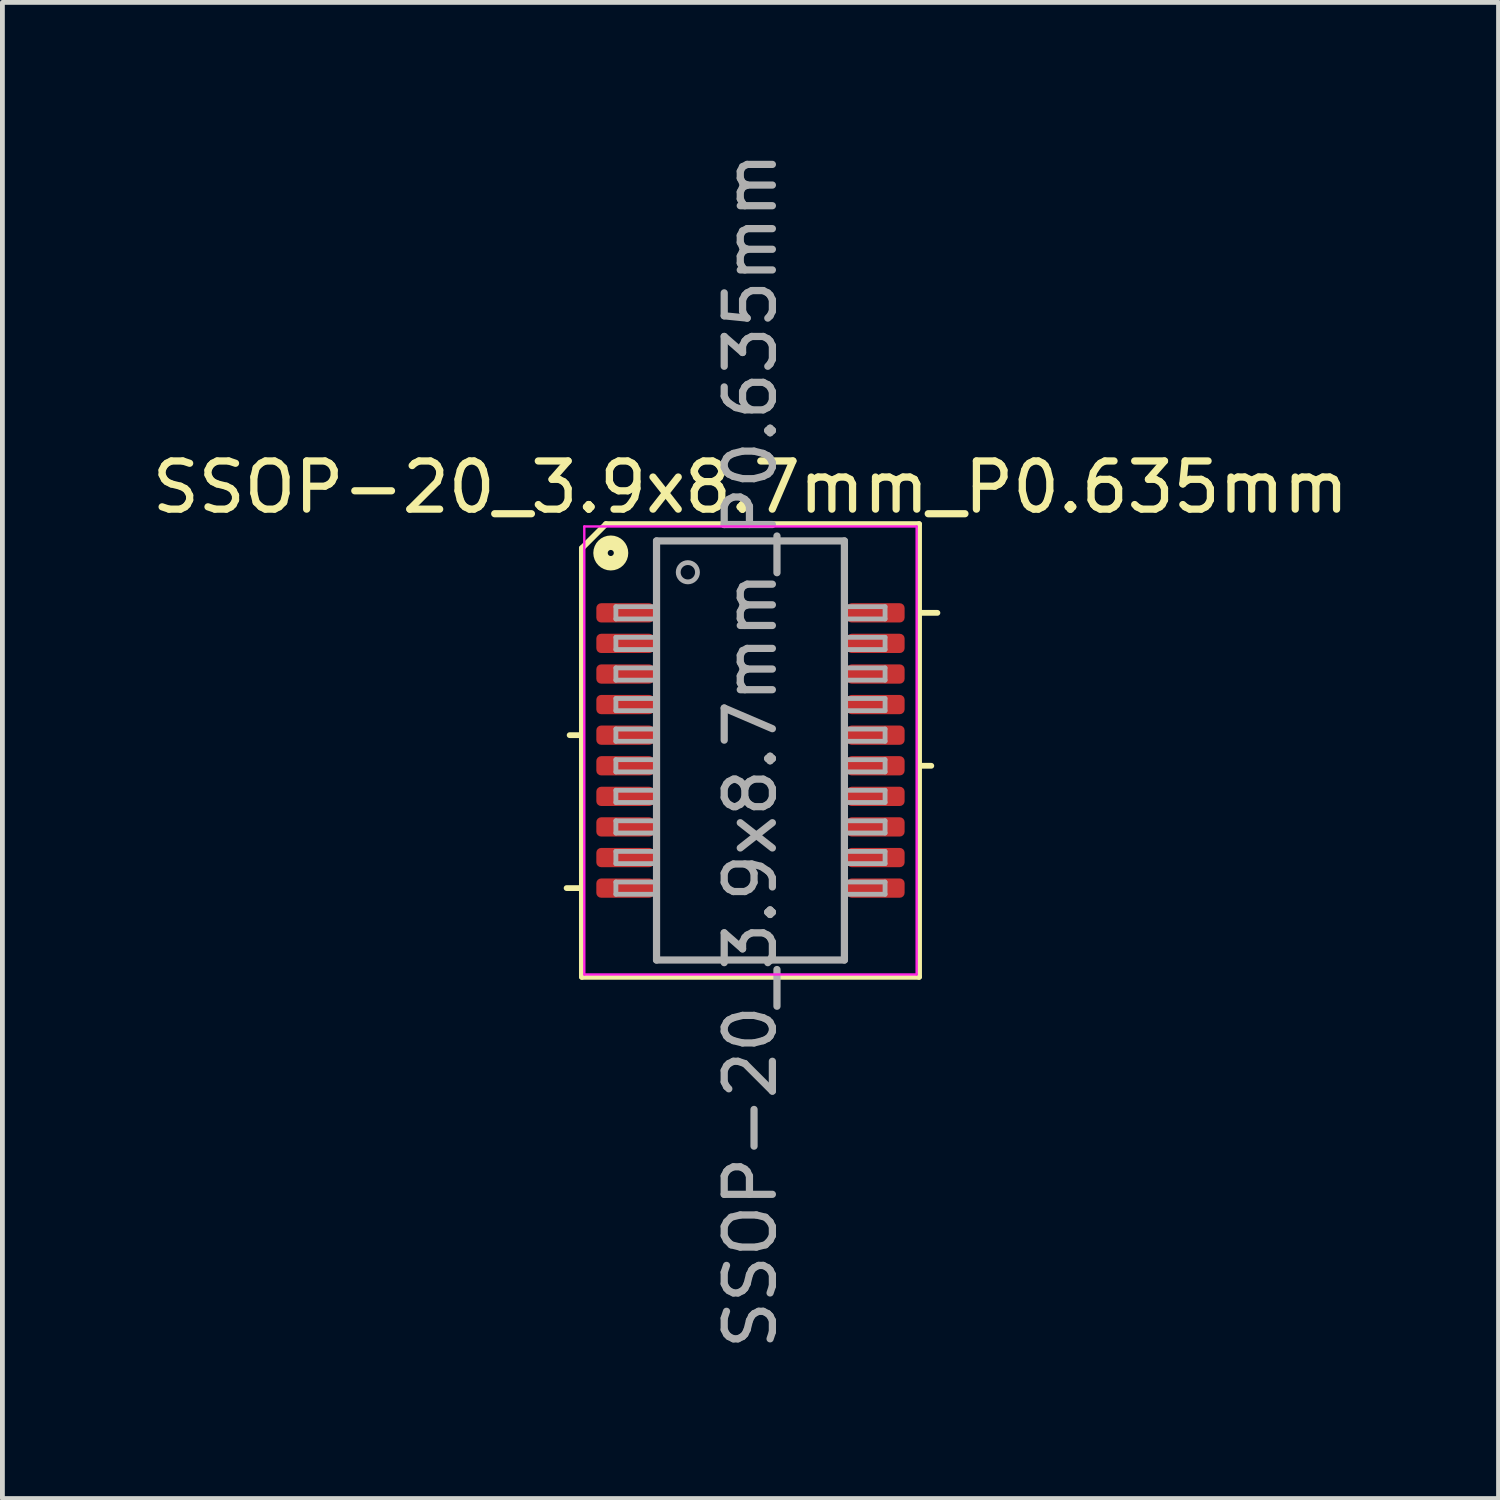
<source format=kicad_pcb>
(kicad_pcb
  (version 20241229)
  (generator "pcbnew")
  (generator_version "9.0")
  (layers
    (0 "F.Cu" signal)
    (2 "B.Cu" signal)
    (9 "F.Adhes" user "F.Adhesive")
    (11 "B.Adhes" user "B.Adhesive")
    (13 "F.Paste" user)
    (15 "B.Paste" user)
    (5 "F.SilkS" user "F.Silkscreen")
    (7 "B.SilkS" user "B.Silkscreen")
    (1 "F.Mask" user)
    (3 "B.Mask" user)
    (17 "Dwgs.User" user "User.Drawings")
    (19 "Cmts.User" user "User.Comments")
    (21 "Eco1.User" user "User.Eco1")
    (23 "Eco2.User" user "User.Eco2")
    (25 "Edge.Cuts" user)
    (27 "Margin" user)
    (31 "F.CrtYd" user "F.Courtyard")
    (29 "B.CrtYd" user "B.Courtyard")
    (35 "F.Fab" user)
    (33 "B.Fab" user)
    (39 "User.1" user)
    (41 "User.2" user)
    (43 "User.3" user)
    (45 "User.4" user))
  (footprint "SSOP-20_3.9x8.7mm_P0.635mm"
    (layer "F.Cu")
    (at 12.53 12.53)
    (property "Reference" "SSOP-20_3.9x8.7mm_P0.635mm" (at 0 -5.465 0) (layer "F.SilkS") (effects (font (size 1 1) (thickness 0.15))))
    (attr smd)
    (fp_line (start -3.5 -4.2) (end -3.5 4.7) (stroke (width 0.12) (type solid)) (layer "F.SilkS"))
    (fp_line (start -3.5 -4.2) (end -3 -4.7) (stroke (width 0.12) (type solid)) (layer "F.SilkS"))
    (fp_line (start -3.5 -0.318) (end -3.754 -0.318) (stroke (width 0.12) (type solid)) (layer "F.SilkS"))
    (fp_line (start -3.5 2.857) (end -3.817 2.857) (stroke (width 0.12) (type solid)) (layer "F.SilkS"))
    (fp_line (start -3.5 4.7) (end 3.5 4.7) (stroke (width 0.12) (type solid)) (layer "F.SilkS"))
    (fp_line (start 3.5 -4.7) (end -3 -4.7) (stroke (width 0.12) (type solid)) (layer "F.SilkS"))
    (fp_line (start 3.5 -2.857) (end 3.881 -2.857) (stroke (width 0.12) (type solid)) (layer "F.SilkS"))
    (fp_line (start 3.5 0.318) (end 3.754 0.318) (stroke (width 0.12) (type solid)) (layer "F.SilkS"))
    (fp_line (start 3.5 4.7) (end 3.5 -4.7) (stroke (width 0.12) (type solid)) (layer "F.SilkS"))
    (fp_circle (center -2.9 -4.1) (end -2.837 -4.1) (stroke (width 0.3) (type solid)) (fill no) (layer "F.SilkS"))
    (fp_line (start -3.45 -4.65) (end -3.45 4.65) (stroke (width 0.05) (type solid)) (layer "F.CrtYd"))
    (fp_line (start -3.45 -4.65) (end 3.45 -4.65) (stroke (width 0.05) (type solid)) (layer "F.CrtYd"))
    (fp_line (start -3.45 4.65) (end 3.45 4.65) (stroke (width 0.05) (type solid)) (layer "F.CrtYd"))
    (fp_line (start 3.45 -4.65) (end 3.45 4.65) (stroke (width 0.05) (type solid)) (layer "F.CrtYd"))
    (fp_line (start -2.794 -2.985) (end -2.794 -2.731) (stroke (width 0.1) (type solid)) (layer "F.Fab"))
    (fp_line (start -2.794 -2.985) (end -1.968 -2.985) (stroke (width 0.1) (type solid)) (layer "F.Fab"))
    (fp_line (start -2.794 -2.731) (end -1.968 -2.731) (stroke (width 0.1) (type solid)) (layer "F.Fab"))
    (fp_line (start -2.794 -2.349) (end -2.794 -2.095) (stroke (width 0.1) (type solid)) (layer "F.Fab"))
    (fp_line (start -2.794 -2.349) (end -1.968 -2.349) (stroke (width 0.1) (type solid)) (layer "F.Fab"))
    (fp_line (start -2.794 -2.095) (end -1.968 -2.095) (stroke (width 0.1) (type solid)) (layer "F.Fab"))
    (fp_line (start -2.794 -1.714) (end -2.794 -1.46) (stroke (width 0.1) (type solid)) (layer "F.Fab"))
    (fp_line (start -2.794 -1.714) (end -1.968 -1.714) (stroke (width 0.1) (type solid)) (layer "F.Fab"))
    (fp_line (start -2.794 -1.46) (end -1.968 -1.46) (stroke (width 0.1) (type solid)) (layer "F.Fab"))
    (fp_line (start -2.794 -1.079) (end -2.794 -0.826) (stroke (width 0.1) (type solid)) (layer "F.Fab"))
    (fp_line (start -2.794 -1.079) (end -1.968 -1.079) (stroke (width 0.1) (type solid)) (layer "F.Fab"))
    (fp_line (start -2.794 -0.826) (end -1.968 -0.826) (stroke (width 0.1) (type solid)) (layer "F.Fab"))
    (fp_line (start -2.794 -0.445) (end -2.794 -0.191) (stroke (width 0.1) (type solid)) (layer "F.Fab"))
    (fp_line (start -2.794 -0.445) (end -1.968 -0.445) (stroke (width 0.1) (type solid)) (layer "F.Fab"))
    (fp_line (start -2.794 -0.191) (end -1.968 -0.191) (stroke (width 0.1) (type solid)) (layer "F.Fab"))
    (fp_line (start -2.794 0.191) (end -2.794 0.445) (stroke (width 0.1) (type solid)) (layer "F.Fab"))
    (fp_line (start -2.794 0.191) (end -1.968 0.191) (stroke (width 0.1) (type solid)) (layer "F.Fab"))
    (fp_line (start -2.794 0.445) (end -1.968 0.445) (stroke (width 0.1) (type solid)) (layer "F.Fab"))
    (fp_line (start -2.794 0.826) (end -2.794 1.079) (stroke (width 0.1) (type solid)) (layer "F.Fab"))
    (fp_line (start -2.794 0.826) (end -1.968 0.826) (stroke (width 0.1) (type solid)) (layer "F.Fab"))
    (fp_line (start -2.794 1.079) (end -1.968 1.079) (stroke (width 0.1) (type solid)) (layer "F.Fab"))
    (fp_line (start -2.794 1.46) (end -2.794 1.714) (stroke (width 0.1) (type solid)) (layer "F.Fab"))
    (fp_line (start -2.794 1.46) (end -1.968 1.46) (stroke (width 0.1) (type solid)) (layer "F.Fab"))
    (fp_line (start -2.794 1.714) (end -1.968 1.714) (stroke (width 0.1) (type solid)) (layer "F.Fab"))
    (fp_line (start -2.794 2.095) (end -2.794 2.349) (stroke (width 0.1) (type solid)) (layer "F.Fab"))
    (fp_line (start -2.794 2.095) (end -1.968 2.095) (stroke (width 0.1) (type solid)) (layer "F.Fab"))
    (fp_line (start -2.794 2.349) (end -1.968 2.349) (stroke (width 0.1) (type solid)) (layer "F.Fab"))
    (fp_line (start -2.794 2.731) (end -2.794 2.985) (stroke (width 0.1) (type solid)) (layer "F.Fab"))
    (fp_line (start -2.794 2.731) (end -1.968 2.731) (stroke (width 0.1) (type solid)) (layer "F.Fab"))
    (fp_line (start -2.794 2.985) (end -1.968 2.985) (stroke (width 0.1) (type solid)) (layer "F.Fab"))
    (fp_line (start -1.95 -4.35) (end 1.95 -4.35) (stroke (width 0.15) (type solid)) (layer "F.Fab"))
    (fp_line (start -1.95 4.35) (end -1.95 -4.35) (stroke (width 0.15) (type solid)) (layer "F.Fab"))
    (fp_line (start 1.95 -4.35) (end 1.95 4.35) (stroke (width 0.15) (type solid)) (layer "F.Fab"))
    (fp_line (start 1.95 4.35) (end -1.95 4.35) (stroke (width 0.15) (type solid)) (layer "F.Fab"))
    (fp_line (start 2.794 -2.985) (end 1.968 -2.985) (stroke (width 0.1) (type solid)) (layer "F.Fab"))
    (fp_line (start 2.794 -2.731) (end 1.968 -2.731) (stroke (width 0.1) (type solid)) (layer "F.Fab"))
    (fp_line (start 2.794 -2.731) (end 2.794 -2.985) (stroke (width 0.1) (type solid)) (layer "F.Fab"))
    (fp_line (start 2.794 -2.349) (end 1.968 -2.349) (stroke (width 0.1) (type solid)) (layer "F.Fab"))
    (fp_line (start 2.794 -2.095) (end 1.968 -2.095) (stroke (width 0.1) (type solid)) (layer "F.Fab"))
    (fp_line (start 2.794 -2.095) (end 2.794 -2.349) (stroke (width 0.1) (type solid)) (layer "F.Fab"))
    (fp_line (start 2.794 -1.714) (end 1.968 -1.714) (stroke (width 0.1) (type solid)) (layer "F.Fab"))
    (fp_line (start 2.794 -1.46) (end 1.968 -1.46) (stroke (width 0.1) (type solid)) (layer "F.Fab"))
    (fp_line (start 2.794 -1.46) (end 2.794 -1.714) (stroke (width 0.1) (type solid)) (layer "F.Fab"))
    (fp_line (start 2.794 -1.079) (end 1.968 -1.079) (stroke (width 0.1) (type solid)) (layer "F.Fab"))
    (fp_line (start 2.794 -0.826) (end 1.968 -0.826) (stroke (width 0.1) (type solid)) (layer "F.Fab"))
    (fp_line (start 2.794 -0.826) (end 2.794 -1.079) (stroke (width 0.1) (type solid)) (layer "F.Fab"))
    (fp_line (start 2.794 -0.445) (end 1.968 -0.445) (stroke (width 0.1) (type solid)) (layer "F.Fab"))
    (fp_line (start 2.794 -0.191) (end 1.968 -0.191) (stroke (width 0.1) (type solid)) (layer "F.Fab"))
    (fp_line (start 2.794 -0.191) (end 2.794 -0.445) (stroke (width 0.1) (type solid)) (layer "F.Fab"))
    (fp_line (start 2.794 0.191) (end 1.968 0.191) (stroke (width 0.1) (type solid)) (layer "F.Fab"))
    (fp_line (start 2.794 0.445) (end 1.968 0.445) (stroke (width 0.1) (type solid)) (layer "F.Fab"))
    (fp_line (start 2.794 0.445) (end 2.794 0.191) (stroke (width 0.1) (type solid)) (layer "F.Fab"))
    (fp_line (start 2.794 0.826) (end 1.968 0.826) (stroke (width 0.1) (type solid)) (layer "F.Fab"))
    (fp_line (start 2.794 1.079) (end 1.968 1.079) (stroke (width 0.1) (type solid)) (layer "F.Fab"))
    (fp_line (start 2.794 1.079) (end 2.794 0.826) (stroke (width 0.1) (type solid)) (layer "F.Fab"))
    (fp_line (start 2.794 1.46) (end 1.968 1.46) (stroke (width 0.1) (type solid)) (layer "F.Fab"))
    (fp_line (start 2.794 1.714) (end 1.968 1.714) (stroke (width 0.1) (type solid)) (layer "F.Fab"))
    (fp_line (start 2.794 1.714) (end 2.794 1.46) (stroke (width 0.1) (type solid)) (layer "F.Fab"))
    (fp_line (start 2.794 2.095) (end 1.968 2.095) (stroke (width 0.1) (type solid)) (layer "F.Fab"))
    (fp_line (start 2.794 2.349) (end 1.968 2.349) (stroke (width 0.1) (type solid)) (layer "F.Fab"))
    (fp_line (start 2.794 2.349) (end 2.794 2.095) (stroke (width 0.1) (type solid)) (layer "F.Fab"))
    (fp_line (start 2.794 2.731) (end 1.968 2.731) (stroke (width 0.1) (type solid)) (layer "F.Fab"))
    (fp_line (start 2.794 2.985) (end 1.968 2.985) (stroke (width 0.1) (type solid)) (layer "F.Fab"))
    (fp_line (start 2.794 2.985) (end 2.794 2.731) (stroke (width 0.1) (type solid)) (layer "F.Fab"))
    (fp_circle (center -1.3 -3.7) (end -1.1 -3.7) (stroke (width 0.1) (type solid)) (fill no) (layer "F.Fab"))
    (fp_text user "${REFERENCE}" (at 0 0 90) (layer "F.Fab") (effects (font (size 1 1) (thickness 0.15))))
    (pad "1" smd roundrect (at -2.6 -2.857) (size 1.2 0.4) (layers "F.Cu" "F.Mask" "F.Paste") (roundrect_rratio 0.25))
    (pad "2" smd roundrect (at -2.6 -2.223) (size 1.2 0.4) (layers "F.Cu" "F.Mask" "F.Paste") (roundrect_rratio 0.25))
    (pad "3" smd roundrect (at -2.6 -1.587) (size 1.2 0.4) (layers "F.Cu" "F.Mask" "F.Paste") (roundrect_rratio 0.25))
    (pad "4" smd roundrect (at -2.6 -0.953) (size 1.2 0.4) (layers "F.Cu" "F.Mask" "F.Paste") (roundrect_rratio 0.25))
    (pad "5" smd roundrect (at -2.6 -0.318) (size 1.2 0.4) (layers "F.Cu" "F.Mask" "F.Paste") (roundrect_rratio 0.25))
    (pad "6" smd roundrect (at -2.6 0.318) (size 1.2 0.4) (layers "F.Cu" "F.Mask" "F.Paste") (roundrect_rratio 0.25))
    (pad "7" smd roundrect (at -2.6 0.953) (size 1.2 0.4) (layers "F.Cu" "F.Mask" "F.Paste") (roundrect_rratio 0.25))
    (pad "8" smd roundrect (at -2.6 1.587) (size 1.2 0.4) (layers "F.Cu" "F.Mask" "F.Paste") (roundrect_rratio 0.25))
    (pad "9" smd roundrect (at -2.6 2.223) (size 1.2 0.4) (layers "F.Cu" "F.Mask" "F.Paste") (roundrect_rratio 0.25))
    (pad "10" smd roundrect (at -2.6 2.857) (size 1.2 0.4) (layers "F.Cu" "F.Mask" "F.Paste") (roundrect_rratio 0.25))
    (pad "11" smd roundrect (at 2.6 2.857) (size 1.2 0.4) (layers "F.Cu" "F.Mask" "F.Paste") (roundrect_rratio 0.25))
    (pad "12" smd roundrect (at 2.6 2.223) (size 1.2 0.4) (layers "F.Cu" "F.Mask" "F.Paste") (roundrect_rratio 0.25))
    (pad "13" smd roundrect (at 2.6 1.587) (size 1.2 0.4) (layers "F.Cu" "F.Mask" "F.Paste") (roundrect_rratio 0.25))
    (pad "14" smd roundrect (at 2.6 0.953) (size 1.2 0.4) (layers "F.Cu" "F.Mask" "F.Paste") (roundrect_rratio 0.25))
    (pad "15" smd roundrect (at 2.6 0.318) (size 1.2 0.4) (layers "F.Cu" "F.Mask" "F.Paste") (roundrect_rratio 0.25))
    (pad "16" smd roundrect (at 2.6 -0.318) (size 1.2 0.4) (layers "F.Cu" "F.Mask" "F.Paste") (roundrect_rratio 0.25))
    (pad "17" smd roundrect (at 2.6 -0.953) (size 1.2 0.4) (layers "F.Cu" "F.Mask" "F.Paste") (roundrect_rratio 0.25))
    (pad "18" smd roundrect (at 2.6 -1.587) (size 1.2 0.4) (layers "F.Cu" "F.Mask" "F.Paste") (roundrect_rratio 0.25))
    (pad "19" smd roundrect (at 2.6 -2.223) (size 1.2 0.4) (layers "F.Cu" "F.Mask" "F.Paste") (roundrect_rratio 0.25))
    (pad "20" smd roundrect (at 2.6 -2.857) (size 1.2 0.4) (layers "F.Cu" "F.Mask" "F.Paste") (roundrect_rratio 0.25)))
  (gr_rect
    (start -3 -3)
    (end 28.06 28.06)
    (stroke (width 0.1) (type default))
    (fill no)
    (layer "Edge.Cuts")))
</source>
